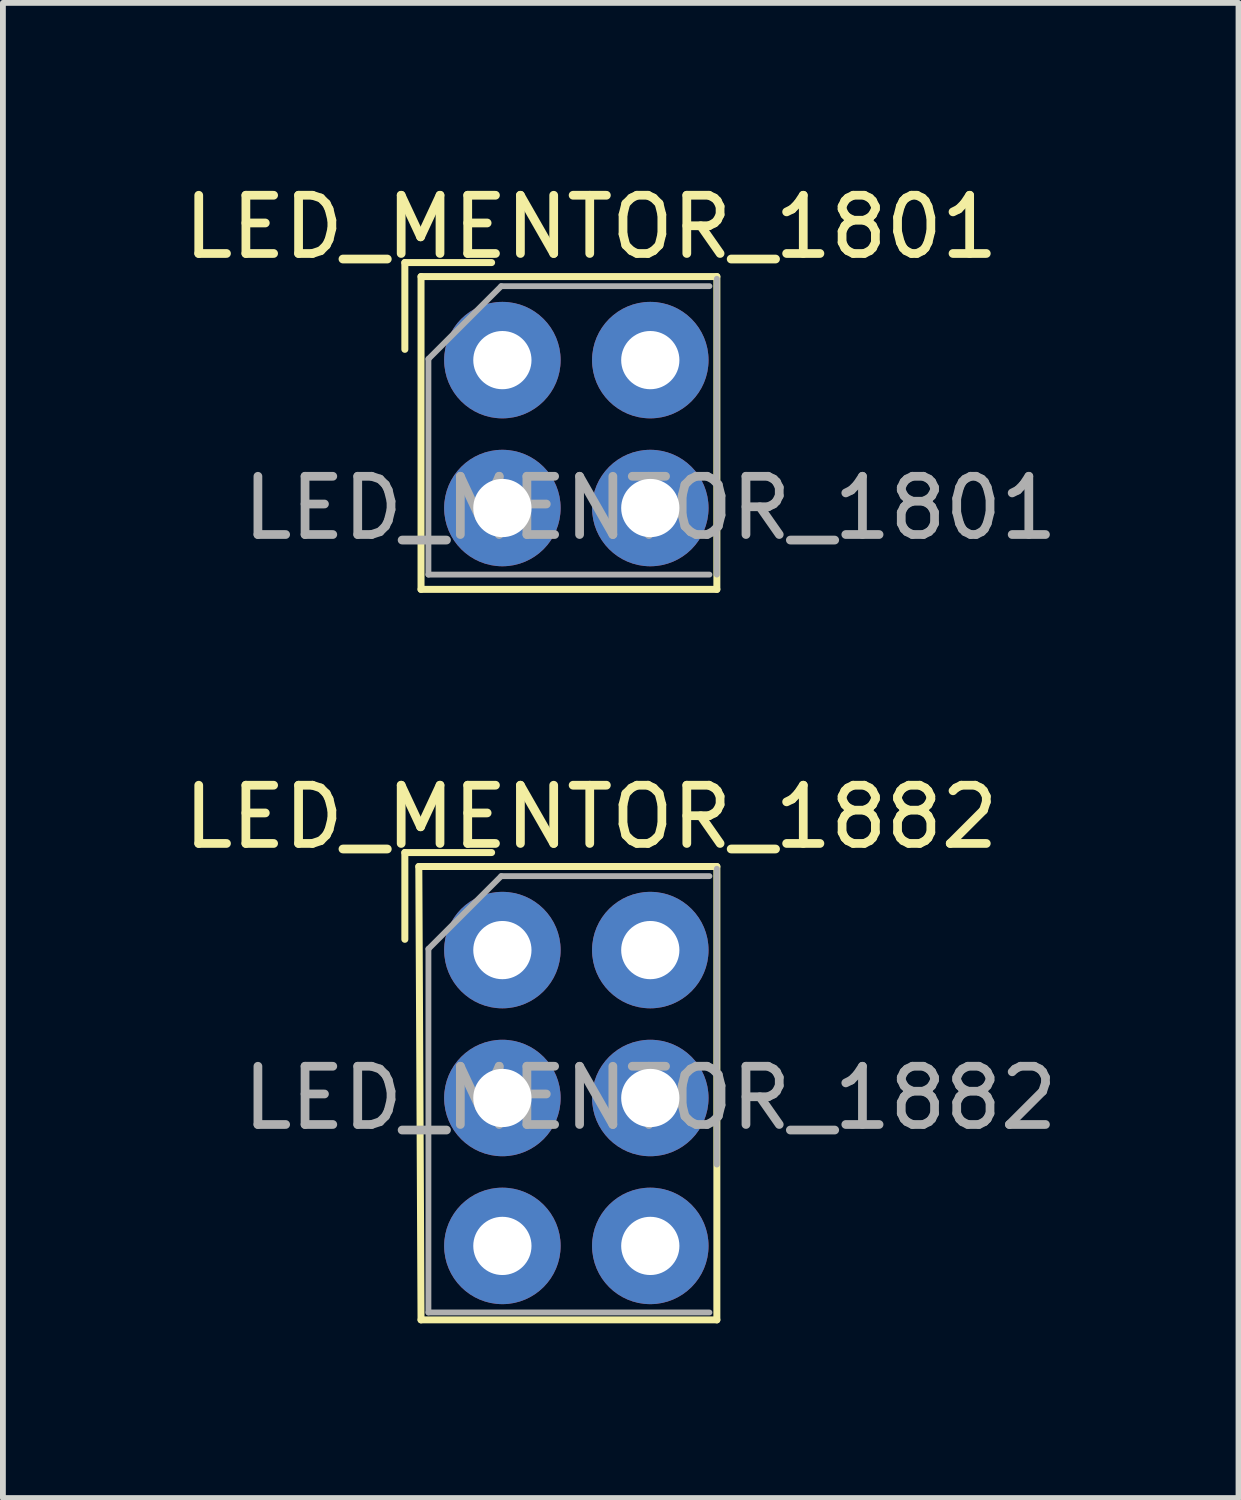
<source format=kicad_pcb>
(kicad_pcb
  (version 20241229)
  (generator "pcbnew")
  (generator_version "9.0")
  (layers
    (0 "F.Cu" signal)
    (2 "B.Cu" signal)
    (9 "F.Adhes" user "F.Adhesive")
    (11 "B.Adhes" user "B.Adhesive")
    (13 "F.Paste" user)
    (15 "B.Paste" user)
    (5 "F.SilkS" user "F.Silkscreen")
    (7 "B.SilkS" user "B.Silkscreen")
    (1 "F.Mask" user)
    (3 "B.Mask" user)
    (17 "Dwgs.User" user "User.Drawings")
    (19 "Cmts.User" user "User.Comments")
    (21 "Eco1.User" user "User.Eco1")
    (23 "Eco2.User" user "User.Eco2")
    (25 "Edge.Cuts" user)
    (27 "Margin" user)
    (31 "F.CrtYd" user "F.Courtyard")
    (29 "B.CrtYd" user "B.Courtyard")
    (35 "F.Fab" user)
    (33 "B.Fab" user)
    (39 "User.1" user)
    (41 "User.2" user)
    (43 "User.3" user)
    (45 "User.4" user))
  (footprint "LED_MENTOR_1882"
    (layer "F.Cu")
    (at 5.577 13.265)
    (property "Reference" "LED_MENTOR_1882" (at 1.524 -2.286 0) (layer "F.SilkS") (effects (font (size 1 1) (thickness 0.15))))
    (attr through_hole)
    (fp_line (start -1.675 -1.675) (end -0.185 -1.675) (stroke (width 0.12) (type solid)) (layer "F.SilkS"))
    (fp_line (start -1.675 -0.185) (end -1.675 -1.675) (stroke (width 0.12) (type solid)) (layer "F.SilkS"))
    (fp_line (start -1.435 -1.435) (end -1.397 6.35) (stroke (width 0.12) (type solid)) (layer "F.SilkS"))
    (fp_line (start -1.397 6.35) (end 3.683 6.35) (stroke (width 0.12) (type solid)) (layer "F.SilkS"))
    (fp_line (start 3.683 -1.435) (end -1.435 -1.435) (stroke (width 0.12) (type solid)) (layer "F.SilkS"))
    (fp_line (start 3.683 6.35) (end 3.683 -1.435) (stroke (width 0.12) (type solid)) (layer "F.SilkS"))
    (fp_line (start -1.27 -0.02) (end -0.02 -1.27) (stroke (width 0.1) (type solid)) (layer "F.Fab"))
    (fp_line (start -1.27 6.223) (end -1.27 -0.02) (stroke (width 0.1) (type solid)) (layer "F.Fab"))
    (fp_line (start -0.02 -1.27) (end 3.556 -1.27) (stroke (width 0.1) (type solid)) (layer "F.Fab"))
    (fp_line (start 3.556 6.223) (end -1.27 6.223) (stroke (width 0.1) (type solid)) (layer "F.Fab"))
    (fp_line (start 3.683 -1.397) (end 3.683 3.683) (stroke (width 0.1) (type solid)) (layer "F.Fab"))
    (fp_text user "${REFERENCE}" (at 2.54 2.54 0) (layer "F.Fab") (effects (font (size 1 1) (thickness 0.15))))
    (pad "1" thru_hole circle (at 0 0) (size 2 2) (drill 1) (layers "*.Cu" "*.Mask"))
    (pad "2" thru_hole circle (at 2.54 0) (size 2 2) (drill 1) (layers "*.Cu" "*.Mask"))
    (pad "3" thru_hole circle (at 0 2.54) (size 2 2) (drill 1) (layers "*.Cu" "*.Mask"))
    (pad "4" thru_hole circle (at 2.54 2.54) (size 2 2) (drill 1) (layers "*.Cu" "*.Mask"))
    (pad "5" thru_hole circle (at 0 5.08) (size 2 2) (drill 1) (layers "*.Cu" "*.Mask"))
    (pad "6" thru_hole circle (at 2.54 5.08) (size 2 2) (drill 1) (layers "*.Cu" "*.Mask")))
  (footprint "LED_MENTOR_1801"
    (layer "F.Cu")
    (at 5.577 3.134)
    (property "Reference" "LED_MENTOR_1801" (at 1.524 -2.286 0) (layer "F.SilkS") (effects (font (size 1 1) (thickness 0.15))))
    (attr through_hole)
    (fp_line (start -1.675 -1.675) (end -0.185 -1.675) (stroke (width 0.12) (type solid)) (layer "F.SilkS"))
    (fp_line (start -1.675 -0.185) (end -1.675 -1.675) (stroke (width 0.12) (type solid)) (layer "F.SilkS"))
    (fp_line (start -1.397 -1.435) (end -1.397 3.937) (stroke (width 0.12) (type solid)) (layer "F.SilkS"))
    (fp_line (start -1.397 3.937) (end 3.683 3.937) (stroke (width 0.12) (type solid)) (layer "F.SilkS"))
    (fp_line (start 3.683 -1.435) (end -1.397 -1.435) (stroke (width 0.12) (type solid)) (layer "F.SilkS"))
    (fp_line (start 3.683 3.937) (end 3.683 -1.435) (stroke (width 0.12) (type solid)) (layer "F.SilkS"))
    (fp_line (start -1.27 -0.02) (end -0.02 -1.27) (stroke (width 0.1) (type solid)) (layer "F.Fab"))
    (fp_line (start -1.27 3.683) (end -1.27 -0.02) (stroke (width 0.1) (type solid)) (layer "F.Fab"))
    (fp_line (start -0.02 -1.27) (end 3.556 -1.27) (stroke (width 0.1) (type solid)) (layer "F.Fab"))
    (fp_line (start 3.556 3.683) (end -1.27 3.683) (stroke (width 0.1) (type solid)) (layer "F.Fab"))
    (fp_line (start 3.683 -1.397) (end 3.683 3.683) (stroke (width 0.1) (type solid)) (layer "F.Fab"))
    (fp_text user "${REFERENCE}" (at 2.54 2.54 0) (layer "F.Fab") (effects (font (size 1 1) (thickness 0.15))))
    (pad "1" thru_hole circle (at 0 0) (size 2 2) (drill 1) (layers "*.Cu" "*.Mask"))
    (pad "2" thru_hole circle (at 2.54 0) (size 2 2) (drill 1) (layers "*.Cu" "*.Mask"))
    (pad "3" thru_hole circle (at 0 2.54) (size 2 2) (drill 1) (layers "*.Cu" "*.Mask"))
    (pad "4" thru_hole circle (at 2.54 2.54) (size 2 2) (drill 1) (layers "*.Cu" "*.Mask")))
  (gr_rect
    (start -3 -3)
    (end 18.218 22.675)
    (stroke (width 0.1) (type default))
    (fill no)
    (layer "Edge.Cuts")))
</source>
